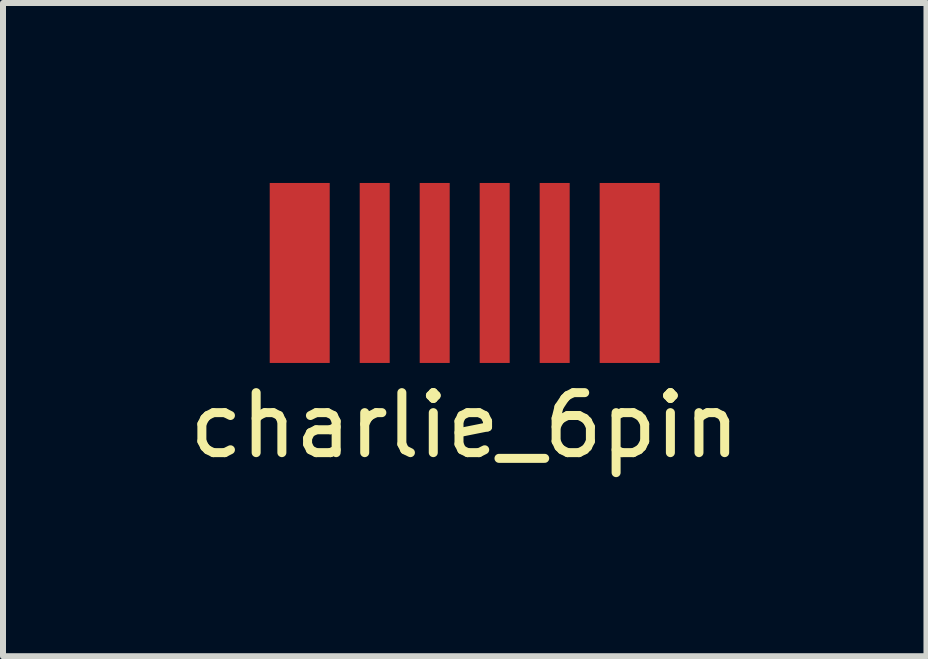
<source format=kicad_pcb>
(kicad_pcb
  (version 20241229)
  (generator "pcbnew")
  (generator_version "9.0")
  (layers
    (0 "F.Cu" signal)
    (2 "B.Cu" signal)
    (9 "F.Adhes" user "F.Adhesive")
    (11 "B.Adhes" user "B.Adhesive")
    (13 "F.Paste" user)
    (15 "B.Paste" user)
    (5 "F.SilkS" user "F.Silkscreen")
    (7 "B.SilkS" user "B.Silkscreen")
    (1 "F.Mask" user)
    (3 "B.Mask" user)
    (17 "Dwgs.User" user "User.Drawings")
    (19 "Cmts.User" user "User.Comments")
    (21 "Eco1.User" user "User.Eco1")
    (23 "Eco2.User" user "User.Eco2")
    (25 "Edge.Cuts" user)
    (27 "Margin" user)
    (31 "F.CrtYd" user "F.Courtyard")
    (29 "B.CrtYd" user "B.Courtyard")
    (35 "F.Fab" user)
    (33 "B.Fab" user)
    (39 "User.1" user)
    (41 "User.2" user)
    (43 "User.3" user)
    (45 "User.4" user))
  (footprint "charlie_6pin"
    (layer "F.Cu")
    (at 4.696 1.5)
    (property "Reference" "charlie_6pin" (at 0 2.54 0) (layer "F.SilkS") (effects (font (size 1 1) (thickness 0.15))))
    (attr through_hole)
    (pad "1" smd rect (at -2.75 0) (size 1 3) (layers "F.Cu" "F.Mask" "F.Paste"))
    (pad "2" smd rect (at -1.5 0) (size 0.5 3) (layers "F.Cu" "F.Mask" "F.Paste"))
    (pad "3" smd rect (at -0.5 0) (size 0.5 3) (layers "F.Cu" "F.Mask" "F.Paste"))
    (pad "4" smd rect (at 0.5 0) (size 0.5 3) (layers "F.Cu" "F.Mask" "F.Paste"))
    (pad "5" smd rect (at 1.5 0) (size 0.5 3) (layers "F.Cu" "F.Mask" "F.Paste"))
    (pad "6" smd rect (at 2.75 0) (size 1 3) (layers "F.Cu" "F.Mask" "F.Paste")))
  (gr_rect
    (start -3 -3)
    (end 12.393 7.888)
    (stroke (width 0.1) (type default))
    (fill no)
    (layer "Edge.Cuts")))
</source>
